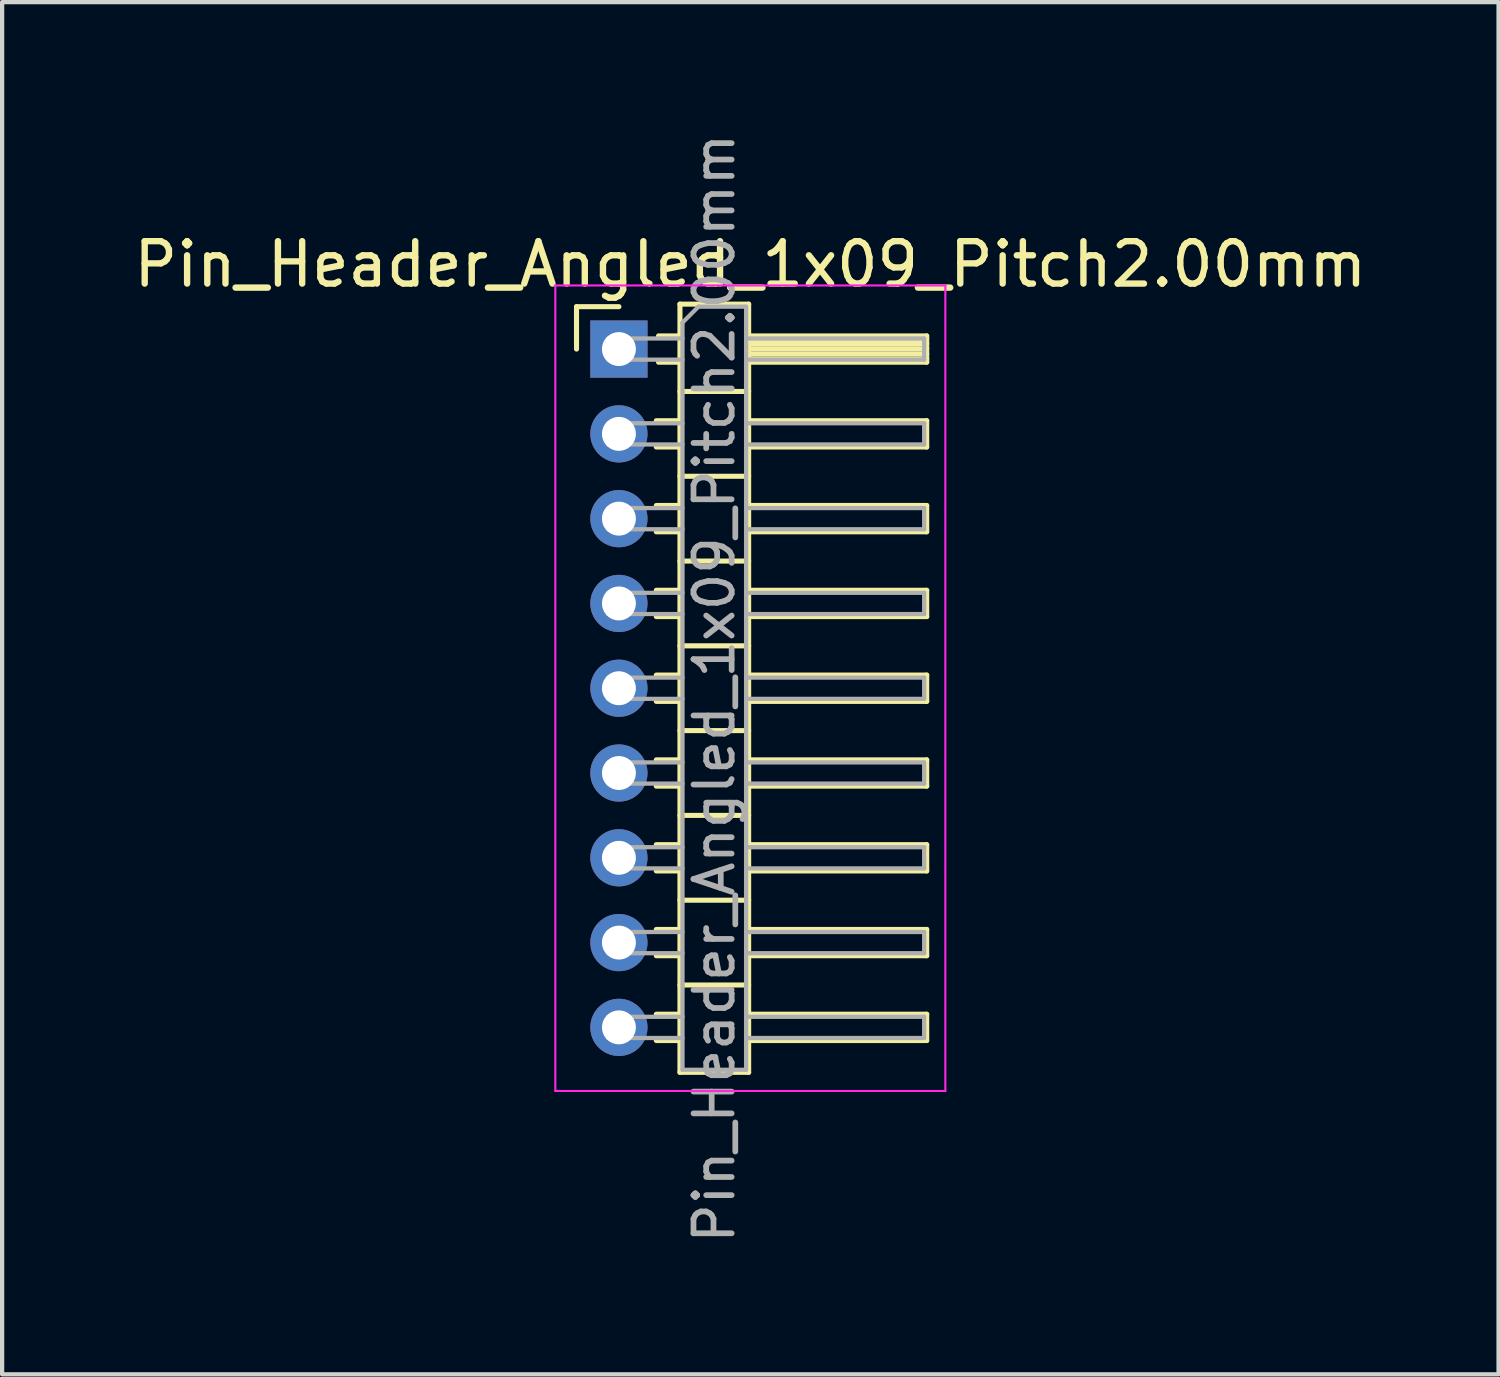
<source format=kicad_pcb>
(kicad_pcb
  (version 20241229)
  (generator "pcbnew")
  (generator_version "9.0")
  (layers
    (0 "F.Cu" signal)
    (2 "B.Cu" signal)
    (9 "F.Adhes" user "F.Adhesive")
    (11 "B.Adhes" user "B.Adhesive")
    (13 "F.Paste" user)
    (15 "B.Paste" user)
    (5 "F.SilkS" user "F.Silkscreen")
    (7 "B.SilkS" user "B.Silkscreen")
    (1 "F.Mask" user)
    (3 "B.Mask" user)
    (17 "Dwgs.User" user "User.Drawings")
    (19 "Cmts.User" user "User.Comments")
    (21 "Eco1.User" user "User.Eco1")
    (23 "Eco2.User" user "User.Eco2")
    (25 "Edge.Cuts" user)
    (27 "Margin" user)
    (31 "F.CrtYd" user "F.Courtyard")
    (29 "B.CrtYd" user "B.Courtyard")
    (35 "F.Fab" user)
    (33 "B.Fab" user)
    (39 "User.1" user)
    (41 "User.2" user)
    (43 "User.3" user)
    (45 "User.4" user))
  (footprint "Pin_Header_Angled_1x09_Pitch2.00mm"
    (layer "F.Cu")
    (at 11.549 5.184)
    (property "Reference" "Pin_Header_Angled_1x09_Pitch2.00mm" (at 3.1 -2 0) (layer "F.SilkS") (effects (font (size 1 1) (thickness 0.15))))
    (attr through_hole)
    (fp_line (start -1 -1) (end 0 -1) (stroke (width 0.12) (type solid)) (layer "F.SilkS"))
    (fp_line (start -1 0) (end -1 -1) (stroke (width 0.12) (type solid)) (layer "F.SilkS"))
    (fp_line (start 0.882 1.69) (end 1.44 1.69) (stroke (width 0.12) (type solid)) (layer "F.SilkS"))
    (fp_line (start 0.882 2.31) (end 1.44 2.31) (stroke (width 0.12) (type solid)) (layer "F.SilkS"))
    (fp_line (start 0.882 3.69) (end 1.44 3.69) (stroke (width 0.12) (type solid)) (layer "F.SilkS"))
    (fp_line (start 0.882 4.31) (end 1.44 4.31) (stroke (width 0.12) (type solid)) (layer "F.SilkS"))
    (fp_line (start 0.882 5.69) (end 1.44 5.69) (stroke (width 0.12) (type solid)) (layer "F.SilkS"))
    (fp_line (start 0.882 6.31) (end 1.44 6.31) (stroke (width 0.12) (type solid)) (layer "F.SilkS"))
    (fp_line (start 0.882 7.69) (end 1.44 7.69) (stroke (width 0.12) (type solid)) (layer "F.SilkS"))
    (fp_line (start 0.882 8.31) (end 1.44 8.31) (stroke (width 0.12) (type solid)) (layer "F.SilkS"))
    (fp_line (start 0.882 9.69) (end 1.44 9.69) (stroke (width 0.12) (type solid)) (layer "F.SilkS"))
    (fp_line (start 0.882 10.31) (end 1.44 10.31) (stroke (width 0.12) (type solid)) (layer "F.SilkS"))
    (fp_line (start 0.882 11.69) (end 1.44 11.69) (stroke (width 0.12) (type solid)) (layer "F.SilkS"))
    (fp_line (start 0.882 12.31) (end 1.44 12.31) (stroke (width 0.12) (type solid)) (layer "F.SilkS"))
    (fp_line (start 0.882 13.69) (end 1.44 13.69) (stroke (width 0.12) (type solid)) (layer "F.SilkS"))
    (fp_line (start 0.882 14.31) (end 1.44 14.31) (stroke (width 0.12) (type solid)) (layer "F.SilkS"))
    (fp_line (start 0.882 15.69) (end 1.44 15.69) (stroke (width 0.12) (type solid)) (layer "F.SilkS"))
    (fp_line (start 0.882 16.31) (end 1.44 16.31) (stroke (width 0.12) (type solid)) (layer "F.SilkS"))
    (fp_line (start 0.935 -0.31) (end 1.44 -0.31) (stroke (width 0.12) (type solid)) (layer "F.SilkS"))
    (fp_line (start 0.935 0.31) (end 1.44 0.31) (stroke (width 0.12) (type solid)) (layer "F.SilkS"))
    (fp_line (start 1.44 -1.06) (end 1.44 17.06) (stroke (width 0.12) (type solid)) (layer "F.SilkS"))
    (fp_line (start 1.44 1) (end 3.06 1) (stroke (width 0.12) (type solid)) (layer "F.SilkS"))
    (fp_line (start 1.44 3) (end 3.06 3) (stroke (width 0.12) (type solid)) (layer "F.SilkS"))
    (fp_line (start 1.44 5) (end 3.06 5) (stroke (width 0.12) (type solid)) (layer "F.SilkS"))
    (fp_line (start 1.44 7) (end 3.06 7) (stroke (width 0.12) (type solid)) (layer "F.SilkS"))
    (fp_line (start 1.44 9) (end 3.06 9) (stroke (width 0.12) (type solid)) (layer "F.SilkS"))
    (fp_line (start 1.44 11) (end 3.06 11) (stroke (width 0.12) (type solid)) (layer "F.SilkS"))
    (fp_line (start 1.44 13) (end 3.06 13) (stroke (width 0.12) (type solid)) (layer "F.SilkS"))
    (fp_line (start 1.44 15) (end 3.06 15) (stroke (width 0.12) (type solid)) (layer "F.SilkS"))
    (fp_line (start 1.44 17.06) (end 3.06 17.06) (stroke (width 0.12) (type solid)) (layer "F.SilkS"))
    (fp_line (start 3.06 -1.06) (end 1.44 -1.06) (stroke (width 0.12) (type solid)) (layer "F.SilkS"))
    (fp_line (start 3.06 -0.31) (end 7.26 -0.31) (stroke (width 0.12) (type solid)) (layer "F.SilkS"))
    (fp_line (start 3.06 -0.25) (end 7.26 -0.25) (stroke (width 0.12) (type solid)) (layer "F.SilkS"))
    (fp_line (start 3.06 -0.13) (end 7.26 -0.13) (stroke (width 0.12) (type solid)) (layer "F.SilkS"))
    (fp_line (start 3.06 -0.01) (end 7.26 -0.01) (stroke (width 0.12) (type solid)) (layer "F.SilkS"))
    (fp_line (start 3.06 0.11) (end 7.26 0.11) (stroke (width 0.12) (type solid)) (layer "F.SilkS"))
    (fp_line (start 3.06 0.23) (end 7.26 0.23) (stroke (width 0.12) (type solid)) (layer "F.SilkS"))
    (fp_line (start 3.06 1.69) (end 7.26 1.69) (stroke (width 0.12) (type solid)) (layer "F.SilkS"))
    (fp_line (start 3.06 3.69) (end 7.26 3.69) (stroke (width 0.12) (type solid)) (layer "F.SilkS"))
    (fp_line (start 3.06 5.69) (end 7.26 5.69) (stroke (width 0.12) (type solid)) (layer "F.SilkS"))
    (fp_line (start 3.06 7.69) (end 7.26 7.69) (stroke (width 0.12) (type solid)) (layer "F.SilkS"))
    (fp_line (start 3.06 9.69) (end 7.26 9.69) (stroke (width 0.12) (type solid)) (layer "F.SilkS"))
    (fp_line (start 3.06 11.69) (end 7.26 11.69) (stroke (width 0.12) (type solid)) (layer "F.SilkS"))
    (fp_line (start 3.06 13.69) (end 7.26 13.69) (stroke (width 0.12) (type solid)) (layer "F.SilkS"))
    (fp_line (start 3.06 15.69) (end 7.26 15.69) (stroke (width 0.12) (type solid)) (layer "F.SilkS"))
    (fp_line (start 3.06 17.06) (end 3.06 -1.06) (stroke (width 0.12) (type solid)) (layer "F.SilkS"))
    (fp_line (start 7.26 -0.31) (end 7.26 0.31) (stroke (width 0.12) (type solid)) (layer "F.SilkS"))
    (fp_line (start 7.26 0.31) (end 3.06 0.31) (stroke (width 0.12) (type solid)) (layer "F.SilkS"))
    (fp_line (start 7.26 1.69) (end 7.26 2.31) (stroke (width 0.12) (type solid)) (layer "F.SilkS"))
    (fp_line (start 7.26 2.31) (end 3.06 2.31) (stroke (width 0.12) (type solid)) (layer "F.SilkS"))
    (fp_line (start 7.26 3.69) (end 7.26 4.31) (stroke (width 0.12) (type solid)) (layer "F.SilkS"))
    (fp_line (start 7.26 4.31) (end 3.06 4.31) (stroke (width 0.12) (type solid)) (layer "F.SilkS"))
    (fp_line (start 7.26 5.69) (end 7.26 6.31) (stroke (width 0.12) (type solid)) (layer "F.SilkS"))
    (fp_line (start 7.26 6.31) (end 3.06 6.31) (stroke (width 0.12) (type solid)) (layer "F.SilkS"))
    (fp_line (start 7.26 7.69) (end 7.26 8.31) (stroke (width 0.12) (type solid)) (layer "F.SilkS"))
    (fp_line (start 7.26 8.31) (end 3.06 8.31) (stroke (width 0.12) (type solid)) (layer "F.SilkS"))
    (fp_line (start 7.26 9.69) (end 7.26 10.31) (stroke (width 0.12) (type solid)) (layer "F.SilkS"))
    (fp_line (start 7.26 10.31) (end 3.06 10.31) (stroke (width 0.12) (type solid)) (layer "F.SilkS"))
    (fp_line (start 7.26 11.69) (end 7.26 12.31) (stroke (width 0.12) (type solid)) (layer "F.SilkS"))
    (fp_line (start 7.26 12.31) (end 3.06 12.31) (stroke (width 0.12) (type solid)) (layer "F.SilkS"))
    (fp_line (start 7.26 13.69) (end 7.26 14.31) (stroke (width 0.12) (type solid)) (layer "F.SilkS"))
    (fp_line (start 7.26 14.31) (end 3.06 14.31) (stroke (width 0.12) (type solid)) (layer "F.SilkS"))
    (fp_line (start 7.26 15.69) (end 7.26 16.31) (stroke (width 0.12) (type solid)) (layer "F.SilkS"))
    (fp_line (start 7.26 16.31) (end 3.06 16.31) (stroke (width 0.12) (type solid)) (layer "F.SilkS"))
    (fp_line (start -1.5 -1.5) (end -1.5 17.5) (stroke (width 0.05) (type solid)) (layer "F.CrtYd"))
    (fp_line (start -1.5 17.5) (end 7.7 17.5) (stroke (width 0.05) (type solid)) (layer "F.CrtYd"))
    (fp_line (start 7.7 -1.5) (end -1.5 -1.5) (stroke (width 0.05) (type solid)) (layer "F.CrtYd"))
    (fp_line (start 7.7 17.5) (end 7.7 -1.5) (stroke (width 0.05) (type solid)) (layer "F.CrtYd"))
    (fp_line (start -0.25 -0.25) (end -0.25 0.25) (stroke (width 0.1) (type solid)) (layer "F.Fab"))
    (fp_line (start -0.25 -0.25) (end 1.5 -0.25) (stroke (width 0.1) (type solid)) (layer "F.Fab"))
    (fp_line (start -0.25 0.25) (end 1.5 0.25) (stroke (width 0.1) (type solid)) (layer "F.Fab"))
    (fp_line (start -0.25 1.75) (end -0.25 2.25) (stroke (width 0.1) (type solid)) (layer "F.Fab"))
    (fp_line (start -0.25 1.75) (end 1.5 1.75) (stroke (width 0.1) (type solid)) (layer "F.Fab"))
    (fp_line (start -0.25 2.25) (end 1.5 2.25) (stroke (width 0.1) (type solid)) (layer "F.Fab"))
    (fp_line (start -0.25 3.75) (end -0.25 4.25) (stroke (width 0.1) (type solid)) (layer "F.Fab"))
    (fp_line (start -0.25 3.75) (end 1.5 3.75) (stroke (width 0.1) (type solid)) (layer "F.Fab"))
    (fp_line (start -0.25 4.25) (end 1.5 4.25) (stroke (width 0.1) (type solid)) (layer "F.Fab"))
    (fp_line (start -0.25 5.75) (end -0.25 6.25) (stroke (width 0.1) (type solid)) (layer "F.Fab"))
    (fp_line (start -0.25 5.75) (end 1.5 5.75) (stroke (width 0.1) (type solid)) (layer "F.Fab"))
    (fp_line (start -0.25 6.25) (end 1.5 6.25) (stroke (width 0.1) (type solid)) (layer "F.Fab"))
    (fp_line (start -0.25 7.75) (end -0.25 8.25) (stroke (width 0.1) (type solid)) (layer "F.Fab"))
    (fp_line (start -0.25 7.75) (end 1.5 7.75) (stroke (width 0.1) (type solid)) (layer "F.Fab"))
    (fp_line (start -0.25 8.25) (end 1.5 8.25) (stroke (width 0.1) (type solid)) (layer "F.Fab"))
    (fp_line (start -0.25 9.75) (end -0.25 10.25) (stroke (width 0.1) (type solid)) (layer "F.Fab"))
    (fp_line (start -0.25 9.75) (end 1.5 9.75) (stroke (width 0.1) (type solid)) (layer "F.Fab"))
    (fp_line (start -0.25 10.25) (end 1.5 10.25) (stroke (width 0.1) (type solid)) (layer "F.Fab"))
    (fp_line (start -0.25 11.75) (end -0.25 12.25) (stroke (width 0.1) (type solid)) (layer "F.Fab"))
    (fp_line (start -0.25 11.75) (end 1.5 11.75) (stroke (width 0.1) (type solid)) (layer "F.Fab"))
    (fp_line (start -0.25 12.25) (end 1.5 12.25) (stroke (width 0.1) (type solid)) (layer "F.Fab"))
    (fp_line (start -0.25 13.75) (end -0.25 14.25) (stroke (width 0.1) (type solid)) (layer "F.Fab"))
    (fp_line (start -0.25 13.75) (end 1.5 13.75) (stroke (width 0.1) (type solid)) (layer "F.Fab"))
    (fp_line (start -0.25 14.25) (end 1.5 14.25) (stroke (width 0.1) (type solid)) (layer "F.Fab"))
    (fp_line (start -0.25 15.75) (end -0.25 16.25) (stroke (width 0.1) (type solid)) (layer "F.Fab"))
    (fp_line (start -0.25 15.75) (end 1.5 15.75) (stroke (width 0.1) (type solid)) (layer "F.Fab"))
    (fp_line (start -0.25 16.25) (end 1.5 16.25) (stroke (width 0.1) (type solid)) (layer "F.Fab"))
    (fp_line (start 1.5 -0.625) (end 1.875 -1) (stroke (width 0.1) (type solid)) (layer "F.Fab"))
    (fp_line (start 1.5 17) (end 1.5 -0.625) (stroke (width 0.1) (type solid)) (layer "F.Fab"))
    (fp_line (start 1.875 -1) (end 3 -1) (stroke (width 0.1) (type solid)) (layer "F.Fab"))
    (fp_line (start 3 -1) (end 3 17) (stroke (width 0.1) (type solid)) (layer "F.Fab"))
    (fp_line (start 3 -0.25) (end 7.2 -0.25) (stroke (width 0.1) (type solid)) (layer "F.Fab"))
    (fp_line (start 3 0.25) (end 7.2 0.25) (stroke (width 0.1) (type solid)) (layer "F.Fab"))
    (fp_line (start 3 1.75) (end 7.2 1.75) (stroke (width 0.1) (type solid)) (layer "F.Fab"))
    (fp_line (start 3 2.25) (end 7.2 2.25) (stroke (width 0.1) (type solid)) (layer "F.Fab"))
    (fp_line (start 3 3.75) (end 7.2 3.75) (stroke (width 0.1) (type solid)) (layer "F.Fab"))
    (fp_line (start 3 4.25) (end 7.2 4.25) (stroke (width 0.1) (type solid)) (layer "F.Fab"))
    (fp_line (start 3 5.75) (end 7.2 5.75) (stroke (width 0.1) (type solid)) (layer "F.Fab"))
    (fp_line (start 3 6.25) (end 7.2 6.25) (stroke (width 0.1) (type solid)) (layer "F.Fab"))
    (fp_line (start 3 7.75) (end 7.2 7.75) (stroke (width 0.1) (type solid)) (layer "F.Fab"))
    (fp_line (start 3 8.25) (end 7.2 8.25) (stroke (width 0.1) (type solid)) (layer "F.Fab"))
    (fp_line (start 3 9.75) (end 7.2 9.75) (stroke (width 0.1) (type solid)) (layer "F.Fab"))
    (fp_line (start 3 10.25) (end 7.2 10.25) (stroke (width 0.1) (type solid)) (layer "F.Fab"))
    (fp_line (start 3 11.75) (end 7.2 11.75) (stroke (width 0.1) (type solid)) (layer "F.Fab"))
    (fp_line (start 3 12.25) (end 7.2 12.25) (stroke (width 0.1) (type solid)) (layer "F.Fab"))
    (fp_line (start 3 13.75) (end 7.2 13.75) (stroke (width 0.1) (type solid)) (layer "F.Fab"))
    (fp_line (start 3 14.25) (end 7.2 14.25) (stroke (width 0.1) (type solid)) (layer "F.Fab"))
    (fp_line (start 3 15.75) (end 7.2 15.75) (stroke (width 0.1) (type solid)) (layer "F.Fab"))
    (fp_line (start 3 16.25) (end 7.2 16.25) (stroke (width 0.1) (type solid)) (layer "F.Fab"))
    (fp_line (start 3 17) (end 1.5 17) (stroke (width 0.1) (type solid)) (layer "F.Fab"))
    (fp_line (start 7.2 -0.25) (end 7.2 0.25) (stroke (width 0.1) (type solid)) (layer "F.Fab"))
    (fp_line (start 7.2 1.75) (end 7.2 2.25) (stroke (width 0.1) (type solid)) (layer "F.Fab"))
    (fp_line (start 7.2 3.75) (end 7.2 4.25) (stroke (width 0.1) (type solid)) (layer "F.Fab"))
    (fp_line (start 7.2 5.75) (end 7.2 6.25) (stroke (width 0.1) (type solid)) (layer "F.Fab"))
    (fp_line (start 7.2 7.75) (end 7.2 8.25) (stroke (width 0.1) (type solid)) (layer "F.Fab"))
    (fp_line (start 7.2 9.75) (end 7.2 10.25) (stroke (width 0.1) (type solid)) (layer "F.Fab"))
    (fp_line (start 7.2 11.75) (end 7.2 12.25) (stroke (width 0.1) (type solid)) (layer "F.Fab"))
    (fp_line (start 7.2 13.75) (end 7.2 14.25) (stroke (width 0.1) (type solid)) (layer "F.Fab"))
    (fp_line (start 7.2 15.75) (end 7.2 16.25) (stroke (width 0.1) (type solid)) (layer "F.Fab"))
    (fp_text user "${REFERENCE}" (at 2.25 8 90) (layer "F.Fab") (effects (font (size 0.9 0.9) (thickness 0.135))))
    (pad "1" thru_hole rect (at 0 0) (size 1.35 1.35) (drill 0.8) (layers "*.Cu" "*.Mask"))
    (pad "2" thru_hole oval (at 0 2) (size 1.35 1.35) (drill 0.8) (layers "*.Cu" "*.Mask"))
    (pad "3" thru_hole oval (at 0 4) (size 1.35 1.35) (drill 0.8) (layers "*.Cu" "*.Mask"))
    (pad "4" thru_hole oval (at 0 6) (size 1.35 1.35) (drill 0.8) (layers "*.Cu" "*.Mask"))
    (pad "5" thru_hole oval (at 0 8) (size 1.35 1.35) (drill 0.8) (layers "*.Cu" "*.Mask"))
    (pad "6" thru_hole oval (at 0 10) (size 1.35 1.35) (drill 0.8) (layers "*.Cu" "*.Mask"))
    (pad "7" thru_hole oval (at 0 12) (size 1.35 1.35) (drill 0.8) (layers "*.Cu" "*.Mask"))
    (pad "8" thru_hole oval (at 0 14) (size 1.35 1.35) (drill 0.8) (layers "*.Cu" "*.Mask"))
    (pad "9" thru_hole oval (at 0 16) (size 1.35 1.35) (drill 0.8) (layers "*.Cu" "*.Mask")))
  (gr_rect
    (start -3 -3)
    (end 32.298 29.368)
    (stroke (width 0.1) (type default))
    (fill no)
    (layer "Edge.Cuts")))
</source>
